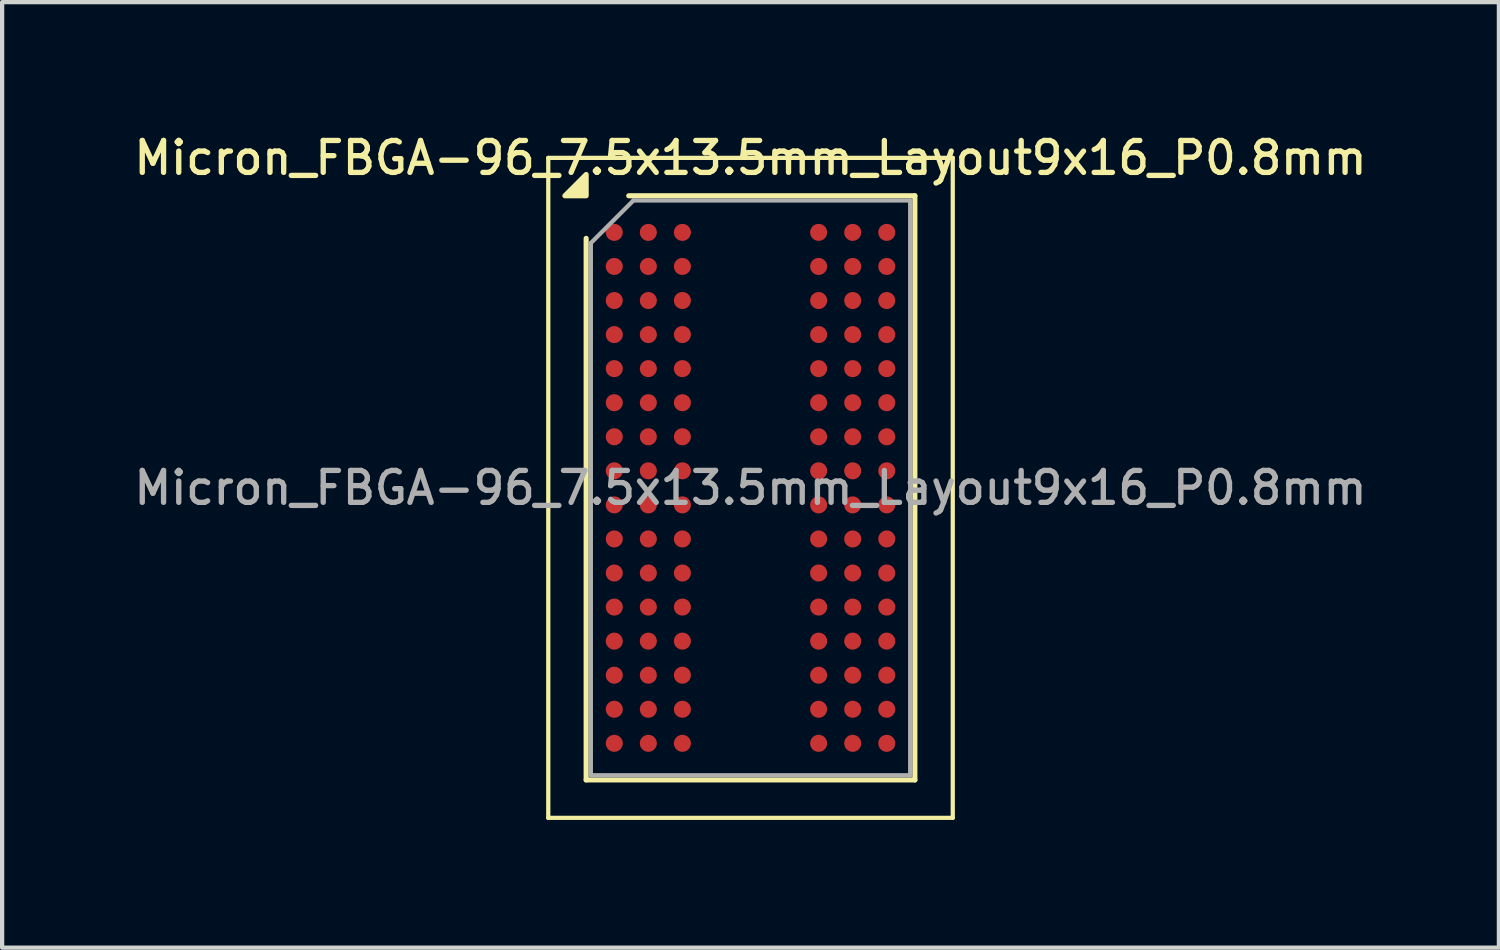
<source format=kicad_pcb>
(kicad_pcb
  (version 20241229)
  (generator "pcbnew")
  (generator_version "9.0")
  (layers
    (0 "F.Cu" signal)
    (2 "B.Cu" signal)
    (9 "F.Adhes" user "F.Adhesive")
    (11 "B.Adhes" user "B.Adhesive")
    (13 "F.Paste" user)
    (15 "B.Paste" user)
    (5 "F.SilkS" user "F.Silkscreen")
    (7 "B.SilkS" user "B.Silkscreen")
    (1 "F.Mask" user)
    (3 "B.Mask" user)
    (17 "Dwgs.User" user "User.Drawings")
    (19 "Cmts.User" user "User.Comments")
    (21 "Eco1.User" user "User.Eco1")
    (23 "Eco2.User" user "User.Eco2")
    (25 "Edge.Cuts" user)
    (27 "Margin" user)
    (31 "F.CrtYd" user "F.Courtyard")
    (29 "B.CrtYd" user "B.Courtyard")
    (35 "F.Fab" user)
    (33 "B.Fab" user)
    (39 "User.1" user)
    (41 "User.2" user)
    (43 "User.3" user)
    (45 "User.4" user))
  (footprint "Micron_FBGA-96_7.5x13.5mm_Layout9x16_P0.8mm"
    (layer "F.Cu")
    (at 14.577 8.408)
    (property "Reference" "Micron_FBGA-96_7.5x13.5mm_Layout9x16_P0.8mm" (at 0 -7.75 0) (layer "F.SilkS") (effects (font (size 0.75 0.75) (thickness 0.125))))
    (attr smd)
    (fp_line (start -4.75 -7.75) (end -4.75 7.75) (stroke (width 0.1) (type solid)) (layer "F.SilkS"))
    (fp_line (start -4.75 7.75) (end 4.75 7.75) (stroke (width 0.1) (type solid)) (layer "F.SilkS"))
    (fp_line (start -3.86 6.86) (end -3.86 -5.86) (stroke (width 0.12) (type solid)) (layer "F.SilkS"))
    (fp_line (start -2.86 -6.86) (end 3.86 -6.86) (stroke (width 0.12) (type solid)) (layer "F.SilkS"))
    (fp_line (start 3.86 -6.86) (end 3.86 6.86) (stroke (width 0.12) (type solid)) (layer "F.SilkS"))
    (fp_line (start 3.86 6.86) (end -3.86 6.86) (stroke (width 0.12) (type solid)) (layer "F.SilkS"))
    (fp_line (start 4.75 -7.75) (end -4.75 -7.75) (stroke (width 0.1) (type solid)) (layer "F.SilkS"))
    (fp_line (start 4.75 7.75) (end 4.75 -7.75) (stroke (width 0.1) (type solid)) (layer "F.SilkS"))
    (fp_poly (pts (xy -3.86 -6.86) (xy -4.36 -6.86) (xy -3.86 -7.36) (xy -3.86 -6.86)) (stroke (width 0.12) (type solid)) (fill yes) (layer "F.SilkS"))
    (fp_line (start -3.75 -5.75) (end -2.75 -6.75) (stroke (width 0.1) (type solid)) (layer "F.Fab"))
    (fp_line (start -3.75 6.75) (end -3.75 -5.75) (stroke (width 0.1) (type solid)) (layer "F.Fab"))
    (fp_line (start -2.75 -6.75) (end 3.75 -6.75) (stroke (width 0.1) (type solid)) (layer "F.Fab"))
    (fp_line (start 3.75 -6.75) (end 3.75 6.75) (stroke (width 0.1) (type solid)) (layer "F.Fab"))
    (fp_line (start 3.75 6.75) (end -3.75 6.75) (stroke (width 0.1) (type solid)) (layer "F.Fab"))
    (fp_text user "${REFERENCE}" (at 0 0 0) (layer "F.Fab") (effects (font (size 0.75 0.75) (thickness 0.125))))
    (pad "A1" smd circle (at -3.2 -6) (size 0.4 0.4) (property pad_prop_bga) (layers "F.Cu" "F.Mask" "F.Paste"))
    (pad "A2" smd circle (at -2.4 -6) (size 0.4 0.4) (property pad_prop_bga) (layers "F.Cu" "F.Mask" "F.Paste"))
    (pad "A3" smd circle (at -1.6 -6) (size 0.4 0.4) (property pad_prop_bga) (layers "F.Cu" "F.Mask" "F.Paste"))
    (pad "A7" smd circle (at 1.6 -6) (size 0.4 0.4) (property pad_prop_bga) (layers "F.Cu" "F.Mask" "F.Paste"))
    (pad "A8" smd circle (at 2.4 -6) (size 0.4 0.4) (property pad_prop_bga) (layers "F.Cu" "F.Mask" "F.Paste"))
    (pad "A9" smd circle (at 3.2 -6) (size 0.4 0.4) (property pad_prop_bga) (layers "F.Cu" "F.Mask" "F.Paste"))
    (pad "B1" smd circle (at -3.2 -5.2) (size 0.4 0.4) (property pad_prop_bga) (layers "F.Cu" "F.Mask" "F.Paste"))
    (pad "B2" smd circle (at -2.4 -5.2) (size 0.4 0.4) (property pad_prop_bga) (layers "F.Cu" "F.Mask" "F.Paste"))
    (pad "B3" smd circle (at -1.6 -5.2) (size 0.4 0.4) (property pad_prop_bga) (layers "F.Cu" "F.Mask" "F.Paste"))
    (pad "B7" smd circle (at 1.6 -5.2) (size 0.4 0.4) (property pad_prop_bga) (layers "F.Cu" "F.Mask" "F.Paste"))
    (pad "B8" smd circle (at 2.4 -5.2) (size 0.4 0.4) (property pad_prop_bga) (layers "F.Cu" "F.Mask" "F.Paste"))
    (pad "B9" smd circle (at 3.2 -5.2) (size 0.4 0.4) (property pad_prop_bga) (layers "F.Cu" "F.Mask" "F.Paste"))
    (pad "C1" smd circle (at -3.2 -4.4) (size 0.4 0.4) (property pad_prop_bga) (layers "F.Cu" "F.Mask" "F.Paste"))
    (pad "C2" smd circle (at -2.4 -4.4) (size 0.4 0.4) (property pad_prop_bga) (layers "F.Cu" "F.Mask" "F.Paste"))
    (pad "C3" smd circle (at -1.6 -4.4) (size 0.4 0.4) (property pad_prop_bga) (layers "F.Cu" "F.Mask" "F.Paste"))
    (pad "C7" smd circle (at 1.6 -4.4) (size 0.4 0.4) (property pad_prop_bga) (layers "F.Cu" "F.Mask" "F.Paste"))
    (pad "C8" smd circle (at 2.4 -4.4) (size 0.4 0.4) (property pad_prop_bga) (layers "F.Cu" "F.Mask" "F.Paste"))
    (pad "C9" smd circle (at 3.2 -4.4) (size 0.4 0.4) (property pad_prop_bga) (layers "F.Cu" "F.Mask" "F.Paste"))
    (pad "D1" smd circle (at -3.2 -3.6) (size 0.4 0.4) (property pad_prop_bga) (layers "F.Cu" "F.Mask" "F.Paste"))
    (pad "D2" smd circle (at -2.4 -3.6) (size 0.4 0.4) (property pad_prop_bga) (layers "F.Cu" "F.Mask" "F.Paste"))
    (pad "D3" smd circle (at -1.6 -3.6) (size 0.4 0.4) (property pad_prop_bga) (layers "F.Cu" "F.Mask" "F.Paste"))
    (pad "D7" smd circle (at 1.6 -3.6) (size 0.4 0.4) (property pad_prop_bga) (layers "F.Cu" "F.Mask" "F.Paste"))
    (pad "D8" smd circle (at 2.4 -3.6) (size 0.4 0.4) (property pad_prop_bga) (layers "F.Cu" "F.Mask" "F.Paste"))
    (pad "D9" smd circle (at 3.2 -3.6) (size 0.4 0.4) (property pad_prop_bga) (layers "F.Cu" "F.Mask" "F.Paste"))
    (pad "E1" smd circle (at -3.2 -2.8) (size 0.4 0.4) (property pad_prop_bga) (layers "F.Cu" "F.Mask" "F.Paste"))
    (pad "E2" smd circle (at -2.4 -2.8) (size 0.4 0.4) (property pad_prop_bga) (layers "F.Cu" "F.Mask" "F.Paste"))
    (pad "E3" smd circle (at -1.6 -2.8) (size 0.4 0.4) (property pad_prop_bga) (layers "F.Cu" "F.Mask" "F.Paste"))
    (pad "E7" smd circle (at 1.6 -2.8) (size 0.4 0.4) (property pad_prop_bga) (layers "F.Cu" "F.Mask" "F.Paste"))
    (pad "E8" smd circle (at 2.4 -2.8) (size 0.4 0.4) (property pad_prop_bga) (layers "F.Cu" "F.Mask" "F.Paste"))
    (pad "E9" smd circle (at 3.2 -2.8) (size 0.4 0.4) (property pad_prop_bga) (layers "F.Cu" "F.Mask" "F.Paste"))
    (pad "F1" smd circle (at -3.2 -2) (size 0.4 0.4) (property pad_prop_bga) (layers "F.Cu" "F.Mask" "F.Paste"))
    (pad "F2" smd circle (at -2.4 -2) (size 0.4 0.4) (property pad_prop_bga) (layers "F.Cu" "F.Mask" "F.Paste"))
    (pad "F3" smd circle (at -1.6 -2) (size 0.4 0.4) (property pad_prop_bga) (layers "F.Cu" "F.Mask" "F.Paste"))
    (pad "F7" smd circle (at 1.6 -2) (size 0.4 0.4) (property pad_prop_bga) (layers "F.Cu" "F.Mask" "F.Paste"))
    (pad "F8" smd circle (at 2.4 -2) (size 0.4 0.4) (property pad_prop_bga) (layers "F.Cu" "F.Mask" "F.Paste"))
    (pad "F9" smd circle (at 3.2 -2) (size 0.4 0.4) (property pad_prop_bga) (layers "F.Cu" "F.Mask" "F.Paste"))
    (pad "G1" smd circle (at -3.2 -1.2) (size 0.4 0.4) (property pad_prop_bga) (layers "F.Cu" "F.Mask" "F.Paste"))
    (pad "G2" smd circle (at -2.4 -1.2) (size 0.4 0.4) (property pad_prop_bga) (layers "F.Cu" "F.Mask" "F.Paste"))
    (pad "G3" smd circle (at -1.6 -1.2) (size 0.4 0.4) (property pad_prop_bga) (layers "F.Cu" "F.Mask" "F.Paste"))
    (pad "G7" smd circle (at 1.6 -1.2) (size 0.4 0.4) (property pad_prop_bga) (layers "F.Cu" "F.Mask" "F.Paste"))
    (pad "G8" smd circle (at 2.4 -1.2) (size 0.4 0.4) (property pad_prop_bga) (layers "F.Cu" "F.Mask" "F.Paste"))
    (pad "G9" smd circle (at 3.2 -1.2) (size 0.4 0.4) (property pad_prop_bga) (layers "F.Cu" "F.Mask" "F.Paste"))
    (pad "H1" smd circle (at -3.2 -0.4) (size 0.4 0.4) (property pad_prop_bga) (layers "F.Cu" "F.Mask" "F.Paste"))
    (pad "H2" smd circle (at -2.4 -0.4) (size 0.4 0.4) (property pad_prop_bga) (layers "F.Cu" "F.Mask" "F.Paste"))
    (pad "H3" smd circle (at -1.6 -0.4) (size 0.4 0.4) (property pad_prop_bga) (layers "F.Cu" "F.Mask" "F.Paste"))
    (pad "H7" smd circle (at 1.6 -0.4) (size 0.4 0.4) (property pad_prop_bga) (layers "F.Cu" "F.Mask" "F.Paste"))
    (pad "H8" smd circle (at 2.4 -0.4) (size 0.4 0.4) (property pad_prop_bga) (layers "F.Cu" "F.Mask" "F.Paste"))
    (pad "H9" smd circle (at 3.2 -0.4) (size 0.4 0.4) (property pad_prop_bga) (layers "F.Cu" "F.Mask" "F.Paste"))
    (pad "J1" smd circle (at -3.2 0.4) (size 0.4 0.4) (property pad_prop_bga) (layers "F.Cu" "F.Mask" "F.Paste"))
    (pad "J2" smd circle (at -2.4 0.4) (size 0.4 0.4) (property pad_prop_bga) (layers "F.Cu" "F.Mask" "F.Paste"))
    (pad "J3" smd circle (at -1.6 0.4) (size 0.4 0.4) (property pad_prop_bga) (layers "F.Cu" "F.Mask" "F.Paste"))
    (pad "J7" smd circle (at 1.6 0.4) (size 0.4 0.4) (property pad_prop_bga) (layers "F.Cu" "F.Mask" "F.Paste"))
    (pad "J8" smd circle (at 2.4 0.4) (size 0.4 0.4) (property pad_prop_bga) (layers "F.Cu" "F.Mask" "F.Paste"))
    (pad "J9" smd circle (at 3.2 0.4) (size 0.4 0.4) (property pad_prop_bga) (layers "F.Cu" "F.Mask" "F.Paste"))
    (pad "K1" smd circle (at -3.2 1.2) (size 0.4 0.4) (property pad_prop_bga) (layers "F.Cu" "F.Mask" "F.Paste"))
    (pad "K2" smd circle (at -2.4 1.2) (size 0.4 0.4) (property pad_prop_bga) (layers "F.Cu" "F.Mask" "F.Paste"))
    (pad "K3" smd circle (at -1.6 1.2) (size 0.4 0.4) (property pad_prop_bga) (layers "F.Cu" "F.Mask" "F.Paste"))
    (pad "K7" smd circle (at 1.6 1.2) (size 0.4 0.4) (property pad_prop_bga) (layers "F.Cu" "F.Mask" "F.Paste"))
    (pad "K8" smd circle (at 2.4 1.2) (size 0.4 0.4) (property pad_prop_bga) (layers "F.Cu" "F.Mask" "F.Paste"))
    (pad "K9" smd circle (at 3.2 1.2) (size 0.4 0.4) (property pad_prop_bga) (layers "F.Cu" "F.Mask" "F.Paste"))
    (pad "L1" smd circle (at -3.2 2) (size 0.4 0.4) (property pad_prop_bga) (layers "F.Cu" "F.Mask" "F.Paste"))
    (pad "L2" smd circle (at -2.4 2) (size 0.4 0.4) (property pad_prop_bga) (layers "F.Cu" "F.Mask" "F.Paste"))
    (pad "L3" smd circle (at -1.6 2) (size 0.4 0.4) (property pad_prop_bga) (layers "F.Cu" "F.Mask" "F.Paste"))
    (pad "L7" smd circle (at 1.6 2) (size 0.4 0.4) (property pad_prop_bga) (layers "F.Cu" "F.Mask" "F.Paste"))
    (pad "L8" smd circle (at 2.4 2) (size 0.4 0.4) (property pad_prop_bga) (layers "F.Cu" "F.Mask" "F.Paste"))
    (pad "L9" smd circle (at 3.2 2) (size 0.4 0.4) (property pad_prop_bga) (layers "F.Cu" "F.Mask" "F.Paste"))
    (pad "M1" smd circle (at -3.2 2.8) (size 0.4 0.4) (property pad_prop_bga) (layers "F.Cu" "F.Mask" "F.Paste"))
    (pad "M2" smd circle (at -2.4 2.8) (size 0.4 0.4) (property pad_prop_bga) (layers "F.Cu" "F.Mask" "F.Paste"))
    (pad "M3" smd circle (at -1.6 2.8) (size 0.4 0.4) (property pad_prop_bga) (layers "F.Cu" "F.Mask" "F.Paste"))
    (pad "M7" smd circle (at 1.6 2.8) (size 0.4 0.4) (property pad_prop_bga) (layers "F.Cu" "F.Mask" "F.Paste"))
    (pad "M8" smd circle (at 2.4 2.8) (size 0.4 0.4) (property pad_prop_bga) (layers "F.Cu" "F.Mask" "F.Paste"))
    (pad "M9" smd circle (at 3.2 2.8) (size 0.4 0.4) (property pad_prop_bga) (layers "F.Cu" "F.Mask" "F.Paste"))
    (pad "N1" smd circle (at -3.2 3.6) (size 0.4 0.4) (property pad_prop_bga) (layers "F.Cu" "F.Mask" "F.Paste"))
    (pad "N2" smd circle (at -2.4 3.6) (size 0.4 0.4) (property pad_prop_bga) (layers "F.Cu" "F.Mask" "F.Paste"))
    (pad "N3" smd circle (at -1.6 3.6) (size 0.4 0.4) (property pad_prop_bga) (layers "F.Cu" "F.Mask" "F.Paste"))
    (pad "N7" smd circle (at 1.6 3.6) (size 0.4 0.4) (property pad_prop_bga) (layers "F.Cu" "F.Mask" "F.Paste"))
    (pad "N8" smd circle (at 2.4 3.6) (size 0.4 0.4) (property pad_prop_bga) (layers "F.Cu" "F.Mask" "F.Paste"))
    (pad "N9" smd circle (at 3.2 3.6) (size 0.4 0.4) (property pad_prop_bga) (layers "F.Cu" "F.Mask" "F.Paste"))
    (pad "P1" smd circle (at -3.2 4.4) (size 0.4 0.4) (property pad_prop_bga) (layers "F.Cu" "F.Mask" "F.Paste"))
    (pad "P2" smd circle (at -2.4 4.4) (size 0.4 0.4) (property pad_prop_bga) (layers "F.Cu" "F.Mask" "F.Paste"))
    (pad "P3" smd circle (at -1.6 4.4) (size 0.4 0.4) (property pad_prop_bga) (layers "F.Cu" "F.Mask" "F.Paste"))
    (pad "P7" smd circle (at 1.6 4.4) (size 0.4 0.4) (property pad_prop_bga) (layers "F.Cu" "F.Mask" "F.Paste"))
    (pad "P8" smd circle (at 2.4 4.4) (size 0.4 0.4) (property pad_prop_bga) (layers "F.Cu" "F.Mask" "F.Paste"))
    (pad "P9" smd circle (at 3.2 4.4) (size 0.4 0.4) (property pad_prop_bga) (layers "F.Cu" "F.Mask" "F.Paste"))
    (pad "R1" smd circle (at -3.2 5.2) (size 0.4 0.4) (property pad_prop_bga) (layers "F.Cu" "F.Mask" "F.Paste"))
    (pad "R2" smd circle (at -2.4 5.2) (size 0.4 0.4) (property pad_prop_bga) (layers "F.Cu" "F.Mask" "F.Paste"))
    (pad "R3" smd circle (at -1.6 5.2) (size 0.4 0.4) (property pad_prop_bga) (layers "F.Cu" "F.Mask" "F.Paste"))
    (pad "R7" smd circle (at 1.6 5.2) (size 0.4 0.4) (property pad_prop_bga) (layers "F.Cu" "F.Mask" "F.Paste"))
    (pad "R8" smd circle (at 2.4 5.2) (size 0.4 0.4) (property pad_prop_bga) (layers "F.Cu" "F.Mask" "F.Paste"))
    (pad "R9" smd circle (at 3.2 5.2) (size 0.4 0.4) (property pad_prop_bga) (layers "F.Cu" "F.Mask" "F.Paste"))
    (pad "T1" smd circle (at -3.2 6) (size 0.4 0.4) (property pad_prop_bga) (layers "F.Cu" "F.Mask" "F.Paste"))
    (pad "T2" smd circle (at -2.4 6) (size 0.4 0.4) (property pad_prop_bga) (layers "F.Cu" "F.Mask" "F.Paste"))
    (pad "T3" smd circle (at -1.6 6) (size 0.4 0.4) (property pad_prop_bga) (layers "F.Cu" "F.Mask" "F.Paste"))
    (pad "T7" smd circle (at 1.6 6) (size 0.4 0.4) (property pad_prop_bga) (layers "F.Cu" "F.Mask" "F.Paste"))
    (pad "T8" smd circle (at 2.4 6) (size 0.4 0.4) (property pad_prop_bga) (layers "F.Cu" "F.Mask" "F.Paste"))
    (pad "T9" smd circle (at 3.2 6) (size 0.4 0.4) (property pad_prop_bga) (layers "F.Cu" "F.Mask" "F.Paste")))
  (gr_rect
    (start -3 -3)
    (end 32.154 19.208)
    (stroke (width 0.1) (type default))
    (fill no)
    (layer "Edge.Cuts")))
</source>
